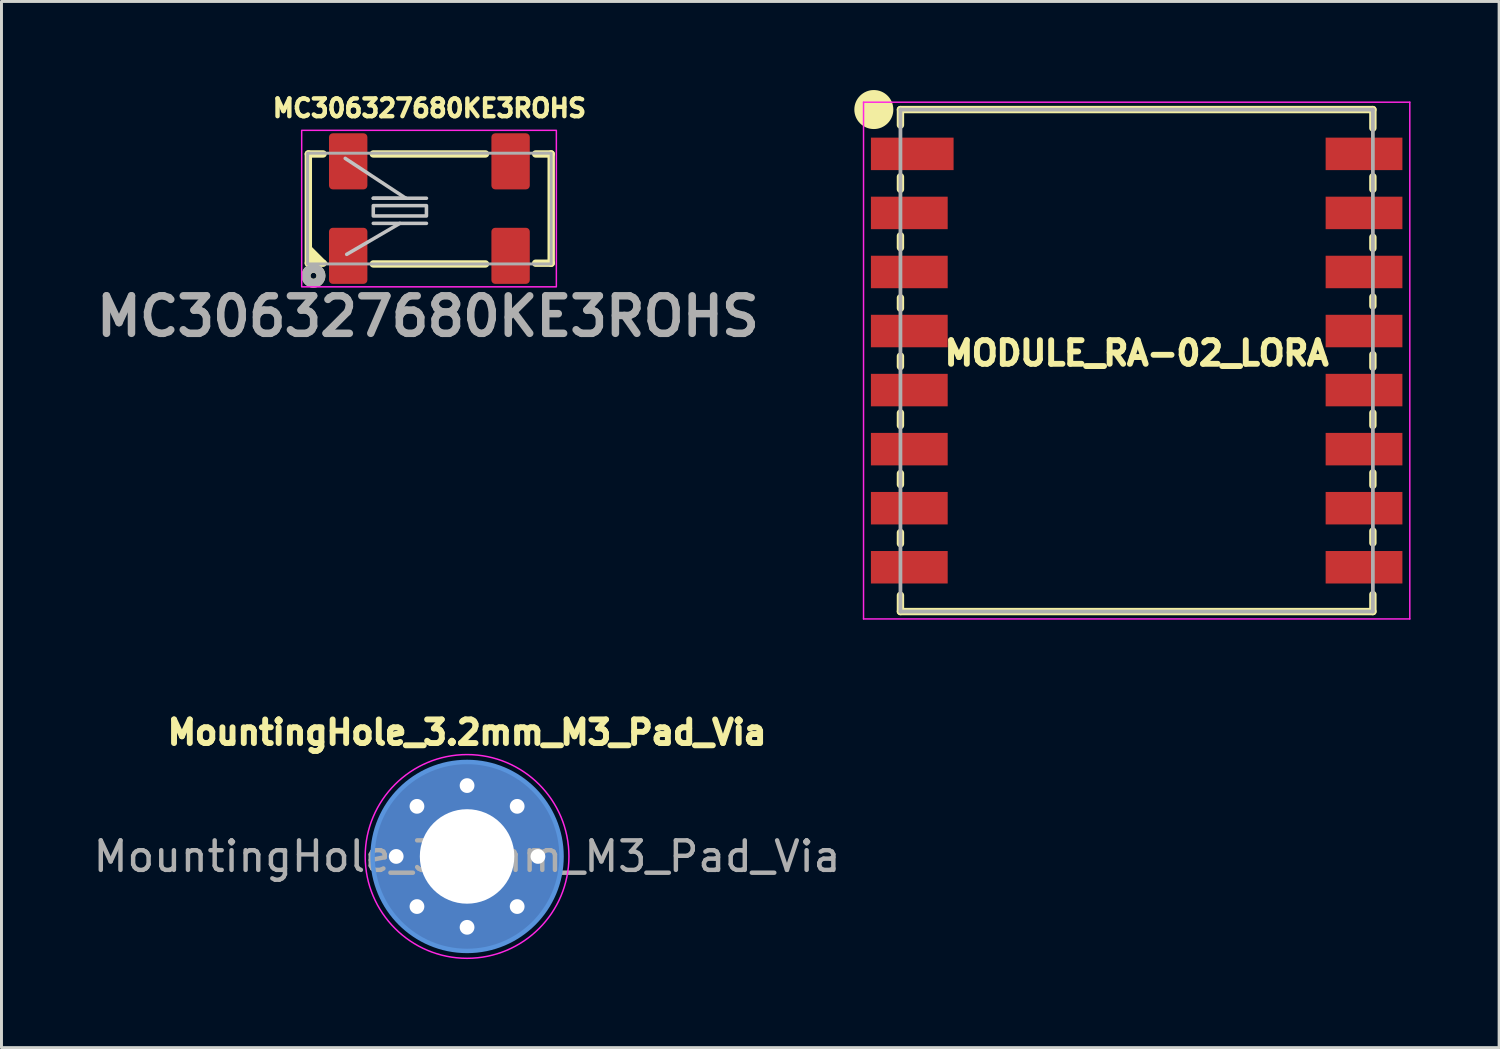
<source format=kicad_pcb>
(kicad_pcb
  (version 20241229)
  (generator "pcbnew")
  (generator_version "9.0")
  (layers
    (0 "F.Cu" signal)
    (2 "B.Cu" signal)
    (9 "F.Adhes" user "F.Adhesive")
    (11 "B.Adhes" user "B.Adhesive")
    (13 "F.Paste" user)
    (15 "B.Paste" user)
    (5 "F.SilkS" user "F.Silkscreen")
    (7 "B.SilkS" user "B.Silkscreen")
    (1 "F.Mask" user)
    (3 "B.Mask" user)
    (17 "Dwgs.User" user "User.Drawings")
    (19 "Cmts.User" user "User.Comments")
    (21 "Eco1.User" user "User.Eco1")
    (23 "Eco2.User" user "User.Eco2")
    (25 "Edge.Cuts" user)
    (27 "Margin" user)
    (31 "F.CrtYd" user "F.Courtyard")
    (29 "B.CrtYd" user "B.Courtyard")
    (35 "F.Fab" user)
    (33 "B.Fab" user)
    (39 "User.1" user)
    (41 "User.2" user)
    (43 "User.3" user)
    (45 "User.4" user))
  (footprint "MODULE_RA-02_LORA"
    (layer "F.Cu")
    (at 35.445 9.161)
    (property "Reference" "MODULE_RA-02_LORA" (at 0 -0.25 180) (layer "F.SilkS") (effects (font (size 0.8 0.8) (thickness 0.3))))
    (attr through_hole)
    (fp_line (start -8 -8.5) (end 8 -8.5) (stroke (width 0.25) (type solid)) (layer "F.SilkS"))
    (fp_line (start -8 -7.975) (end -8 -8.5) (stroke (width 0.25) (type solid)) (layer "F.SilkS"))
    (fp_line (start -8 -6.225) (end -8 -5.8) (stroke (width 0.25) (type solid)) (layer "F.SilkS"))
    (fp_line (start -8 -4.225) (end -8 -3.825) (stroke (width 0.25) (type solid)) (layer "F.SilkS"))
    (fp_line (start -8 -2.125) (end -8 -1.775) (stroke (width 0.25) (type solid)) (layer "F.SilkS"))
    (fp_line (start -8 -0.15) (end -8 0.2) (stroke (width 0.25) (type solid)) (layer "F.SilkS"))
    (fp_line (start -8 1.775) (end -8 2.2) (stroke (width 0.25) (type solid)) (layer "F.SilkS"))
    (fp_line (start -8 3.825) (end -8 4.2) (stroke (width 0.25) (type solid)) (layer "F.SilkS"))
    (fp_line (start -8 5.825) (end -8 6.2) (stroke (width 0.25) (type solid)) (layer "F.SilkS"))
    (fp_line (start -8 8.5) (end -8 7.95) (stroke (width 0.25) (type solid)) (layer "F.SilkS"))
    (fp_line (start -8 8.5) (end 8 8.5) (stroke (width 0.25) (type solid)) (layer "F.SilkS"))
    (fp_line (start 8 -7.875) (end 8 -8.5) (stroke (width 0.25) (type solid)) (layer "F.SilkS"))
    (fp_line (start 8 -6.225) (end 8 -5.8) (stroke (width 0.25) (type solid)) (layer "F.SilkS"))
    (fp_line (start 8 -4.175) (end 8 -3.8) (stroke (width 0.25) (type solid)) (layer "F.SilkS"))
    (fp_line (start 8 -2.15) (end 8 -1.85) (stroke (width 0.25) (type solid)) (layer "F.SilkS"))
    (fp_line (start 8 -0.2) (end 8 0.225) (stroke (width 0.25) (type solid)) (layer "F.SilkS"))
    (fp_line (start 8 1.775) (end 8 2.2) (stroke (width 0.25) (type solid)) (layer "F.SilkS"))
    (fp_line (start 8 3.8) (end 8 4.225) (stroke (width 0.25) (type solid)) (layer "F.SilkS"))
    (fp_line (start 8 5.775) (end 8 6.175) (stroke (width 0.25) (type solid)) (layer "F.SilkS"))
    (fp_line (start 8 8.5) (end 8 7.925) (stroke (width 0.25) (type solid)) (layer "F.SilkS"))
    (fp_circle (center -8.901 -8.501) (end -8.301 -8.476) (stroke (width 0.12) (type solid)) (fill yes) (layer "F.SilkS"))
    (fp_line (start -9.25 -8.75) (end 9.25 -8.75) (stroke (width 0.05) (type solid)) (layer "F.CrtYd"))
    (fp_line (start -9.25 8.75) (end -9.25 -8.75) (stroke (width 0.05) (type solid)) (layer "F.CrtYd"))
    (fp_line (start 9.25 -8.75) (end 9.25 8.75) (stroke (width 0.05) (type solid)) (layer "F.CrtYd"))
    (fp_line (start 9.25 8.75) (end -9.25 8.75) (stroke (width 0.05) (type solid)) (layer "F.CrtYd"))
    (fp_line (start -8 -8.5) (end 8 -8.5) (stroke (width 0.127) (type solid)) (layer "F.Fab"))
    (fp_line (start -8 8.5) (end -8 -8.5) (stroke (width 0.127) (type solid)) (layer "F.Fab"))
    (fp_line (start 8 -8.5) (end 8 8.5) (stroke (width 0.127) (type solid)) (layer "F.Fab"))
    (fp_line (start 8 8.5) (end -8 8.5) (stroke (width 0.127) (type solid)) (layer "F.Fab"))
    (pad "1" smd rect (at -7.6 -7) (size 2.8 1.1) (layers "F.Cu" "F.Mask" "F.Paste"))
    (pad "2" smd rect (at -7.7 -5) (size 2.6 1.1) (layers "F.Cu" "F.Mask" "F.Paste"))
    (pad "3" smd rect (at -7.7 -3) (size 2.6 1.1) (layers "F.Cu" "F.Mask" "F.Paste"))
    (pad "4" smd rect (at -7.7 -1) (size 2.6 1.1) (layers "F.Cu" "F.Mask" "F.Paste"))
    (pad "5" smd rect (at -7.7 1) (size 2.6 1.1) (layers "F.Cu" "F.Mask" "F.Paste"))
    (pad "6" smd rect (at -7.7 3) (size 2.6 1.1) (layers "F.Cu" "F.Mask" "F.Paste"))
    (pad "7" smd rect (at -7.7 5) (size 2.6 1.1) (layers "F.Cu" "F.Mask" "F.Paste"))
    (pad "8" smd rect (at -7.7 7) (size 2.6 1.1) (layers "F.Cu" "F.Mask" "F.Paste"))
    (pad "9" smd rect (at 7.7 7 180) (size 2.6 1.1) (layers "F.Cu" "F.Mask" "F.Paste"))
    (pad "10" smd rect (at 7.7 5 180) (size 2.6 1.1) (layers "F.Cu" "F.Mask" "F.Paste"))
    (pad "11" smd rect (at 7.7 3 180) (size 2.6 1.1) (layers "F.Cu" "F.Mask" "F.Paste"))
    (pad "12" smd rect (at 7.7 1 180) (size 2.6 1.1) (layers "F.Cu" "F.Mask" "F.Paste"))
    (pad "13" smd rect (at 7.7 -1 180) (size 2.6 1.1) (layers "F.Cu" "F.Mask" "F.Paste"))
    (pad "14" smd rect (at 7.7 -3 180) (size 2.6 1.1) (layers "F.Cu" "F.Mask" "F.Paste"))
    (pad "15" smd rect (at 7.7 -5 180) (size 2.6 1.1) (layers "F.Cu" "F.Mask" "F.Paste"))
    (pad "16" smd rect (at 7.7 -7 180) (size 2.6 1.1) (layers "F.Cu" "F.Mask" "F.Paste")))
  (footprint "MountingHole_3.2mm_M3_Pad_Via"
    (layer "F.Cu")
    (at 12.768 25.955)
    (property "Reference" "MountingHole_3.2mm_M3_Pad_Via" (at 0 -4.2 0) (layer "F.SilkS") (effects (font (size 0.8 0.8) (thickness 0.2))))
    (attr exclude_from_pos_files)
    (fp_circle (center 0 0) (end 3.2 0) (stroke (width 0.15) (type solid)) (fill no) (layer "Cmts.User"))
    (fp_circle (center 0 0) (end 3.45 0) (stroke (width 0.05) (type solid)) (fill no) (layer "F.CrtYd"))
    (fp_text user "${REFERENCE}" (at 0 0 0) (layer "F.Fab") (effects (font (size 1 1) (thickness 0.15))))
    (pad "1" thru_hole circle (at -2.4 0) (size 0.8 0.8) (drill 0.5) (layers "*.Cu" "*.Mask"))
    (pad "1" thru_hole circle (at -1.697 -1.697) (size 0.8 0.8) (drill 0.5) (layers "*.Cu" "*.Mask"))
    (pad "1" thru_hole circle (at -1.697 1.697) (size 0.8 0.8) (drill 0.5) (layers "*.Cu" "*.Mask"))
    (pad "1" thru_hole circle (at 0 -2.4) (size 0.8 0.8) (drill 0.5) (layers "*.Cu" "*.Mask"))
    (pad "1" thru_hole circle (at 0 0) (size 6.4 6.4) (drill 3.2) (layers "*.Cu" "*.Mask"))
    (pad "1" thru_hole circle (at 0 2.4) (size 0.8 0.8) (drill 0.5) (layers "*.Cu" "*.Mask"))
    (pad "1" thru_hole circle (at 1.697 -1.697) (size 0.8 0.8) (drill 0.5) (layers "*.Cu" "*.Mask"))
    (pad "1" thru_hole circle (at 1.697 1.697) (size 0.8 0.8) (drill 0.5) (layers "*.Cu" "*.Mask"))
    (pad "1" thru_hole circle (at 2.4 0) (size 0.8 0.8) (drill 0.5) (layers "*.Cu" "*.Mask")))
  (footprint "MC306327680KE3ROHS"
    (layer "F.Cu")
    (at 11.492 4.014)
    (property "Reference" "MC306327680KE3ROHS" (at 0 -3.4 0) (layer "F.SilkS") (effects (font (size 0.6 0.6) (thickness 0.15) (bold yes))))
    (attr smd)
    (fp_line (start -4.1 -1.85) (end -4.1 1.85) (stroke (width 0.25) (type solid)) (layer "F.SilkS"))
    (fp_line (start -4.1 -1.85) (end -3.6 -1.85) (stroke (width 0.25) (type default)) (layer "F.SilkS"))
    (fp_line (start -4.1 1.85) (end -3.6 1.85) (stroke (width 0.25) (type default)) (layer "F.SilkS"))
    (fp_line (start -1.9 -1.85) (end 1.9 -1.85) (stroke (width 0.25) (type solid)) (layer "F.SilkS"))
    (fp_line (start -1.9 1.875) (end 1.9 1.875) (stroke (width 0.25) (type solid)) (layer "F.SilkS"))
    (fp_line (start 3.6 -1.85) (end 4.125 -1.85) (stroke (width 0.25) (type default)) (layer "F.SilkS"))
    (fp_line (start 3.6 1.85) (end 4.125 1.85) (stroke (width 0.25) (type default)) (layer "F.SilkS"))
    (fp_line (start 4.125 -1.85) (end 4.125 1.85) (stroke (width 0.25) (type solid)) (layer "F.SilkS"))
    (fp_circle (center -3.925 2.275) (end -4.025 2.25) (stroke (width 0.3) (type solid)) (fill no) (layer "F.SilkS"))
    (fp_poly (pts (xy -3.5 1.85) (xy -4.125 1.85) (xy -4.125 1.225)) (stroke (width 0.1) (type solid)) (fill yes) (layer "F.SilkS"))
    (fp_line (start -2.85 -1.7) (end -0.8 -0.35) (stroke (width 0.12) (type default)) (layer "Dwgs.User"))
    (fp_line (start -1.9 -0.35) (end -0.1 -0.35) (stroke (width 0.12) (type default)) (layer "Dwgs.User"))
    (fp_line (start -1.9 0.5) (end -0.1 0.5) (stroke (width 0.12) (type default)) (layer "Dwgs.User"))
    (fp_line (start -1 0.5) (end -2.8 1.55) (stroke (width 0.12) (type default)) (layer "Dwgs.User"))
    (fp_line (start -0.8 -0.35) (end -1.9 -0.35) (stroke (width 0.12) (type default)) (layer "Dwgs.User"))
    (fp_rect (start -1.9 -0.1) (end -0.1 0.25) (stroke (width 0.12) (type default)) (fill no) (layer "Dwgs.User"))
    (fp_rect (start -4.325 -2.65) (end 4.3 2.65) (stroke (width 0.05) (type default)) (fill no) (layer "F.CrtYd"))
    (fp_rect (start -4.125 -1.875) (end 4.125 1.875) (stroke (width 0.1) (type default)) (fill no) (layer "F.Fab"))
    (fp_circle (center -3.925 2.275) (end -3.822 2.275) (stroke (width 0.3) (type solid)) (fill no) (layer "F.Fab"))
    (fp_text user "${REFERENCE}" (at -0.05 3.65 0) (layer "F.Fab") (effects (font (size 1.27 1.27) (thickness 0.254))))
    (pad "1" smd roundrect (at -2.75 1.6) (size 1.3 1.9) (layers "F.Cu" "F.Mask" "F.Paste") (roundrect_rratio 0.1))
    (pad "2" smd roundrect (at 2.75 -1.6) (size 1.3 1.9) (layers "F.Cu" "F.Mask" "F.Paste") (roundrect_rratio 0.1))
    (pad "3" smd roundrect (at -2.75 -1.6) (size 1.3 1.9) (layers "F.Cu" "F.Mask" "F.Paste") (roundrect_rratio 0.1))
    (pad "4" smd roundrect (at 2.75 1.6) (size 1.3 1.9) (layers "F.Cu" "F.Mask" "F.Paste") (roundrect_rratio 0.1)))
  (gr_rect
    (start -3 -3)
    (end 47.72 32.43)
    (stroke (width 0.1) (type default))
    (fill no)
    (layer "Edge.Cuts")))
</source>
